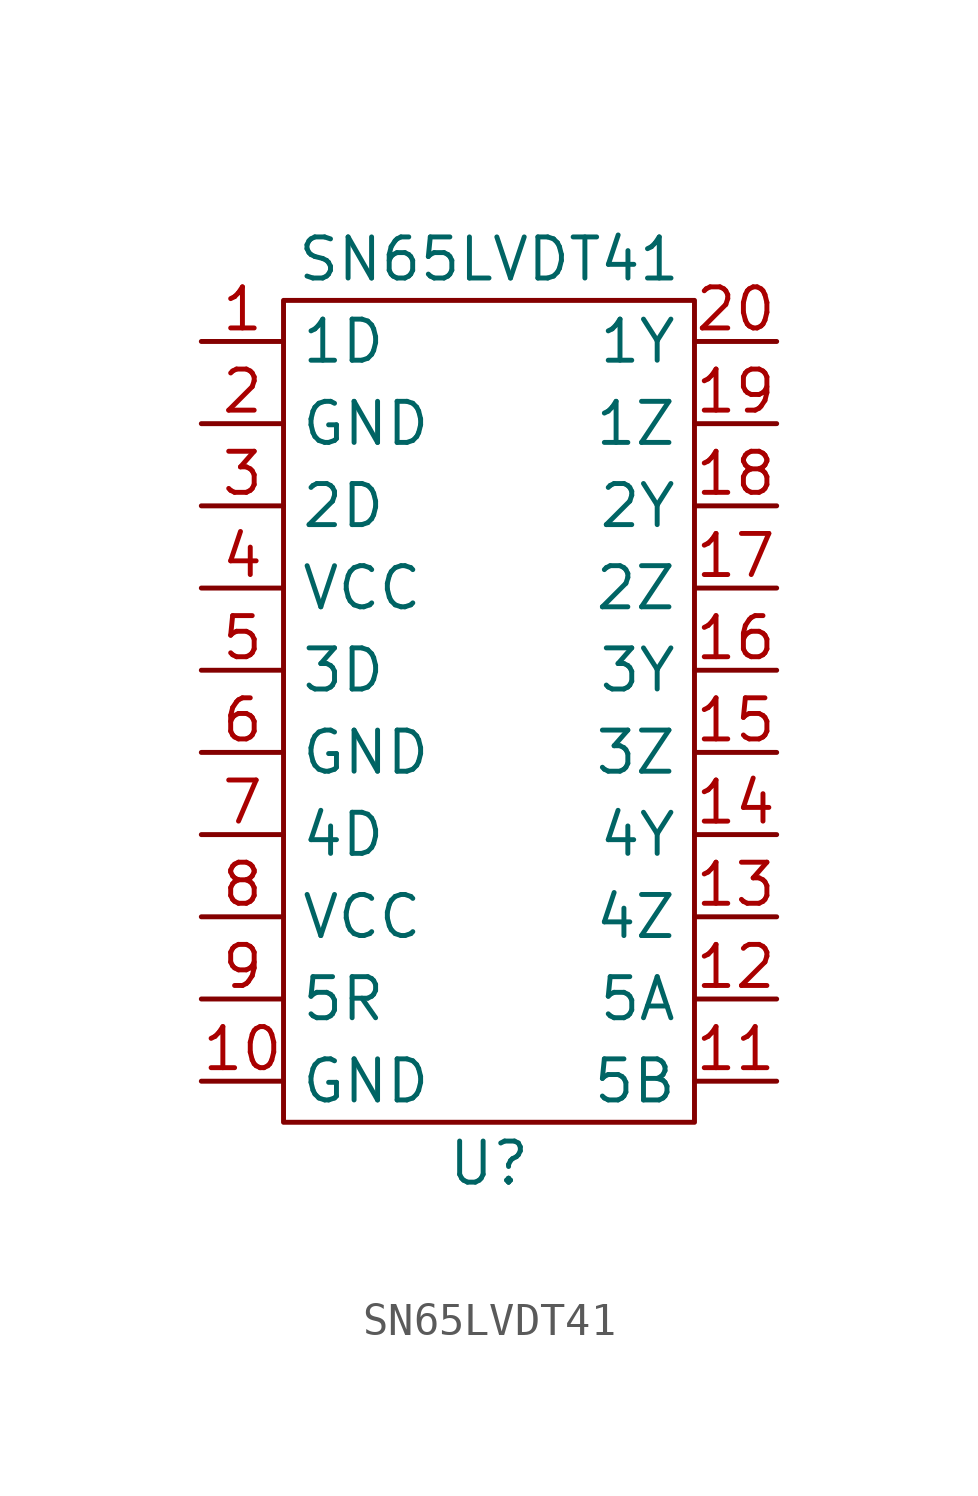
<source format=kicad_sym>
(kicad_symbol_lib
  (version 20220914)
  (generator kicad_symbol_editor)
  (symbol "SN65LVDT41"
    (property "Reference" "U"
      (at 0 -15.24 0)
      (effects (font (size 1.27 1.27))))
    (property "Value" "SN65LVDT41"
      (at 0 12.7 0)
      (effects (font (size 1.27 1.27))))
    (symbol "SN65LVDT41_0_1"
      (rectangle (start -6.35 11.43) (end 6.35 -13.97) (stroke (width 0) (type default)) (fill (type none))))
    (symbol "SN65LVDT41_1_1"
      (pin input line (at -8.89 10.16 0) (length 2.54) (name "1D" (effects (font (size 1.27 1.27)))) (number "1" (effects (font (size 1.27 1.27)))))
      (pin passive line (at -8.89 -12.7 0) (length 2.54) (name "GND" (effects (font (size 1.27 1.27)))) (number "10" (effects (font (size 1.27 1.27)))))
      (pin input line (at 8.89 -12.7 180) (length 2.54) (name "5B" (effects (font (size 1.27 1.27)))) (number "11" (effects (font (size 1.27 1.27)))))
      (pin input line (at 8.89 -10.16 180) (length 2.54) (name "5A" (effects (font (size 1.27 1.27)))) (number "12" (effects (font (size 1.27 1.27)))))
      (pin output line (at 8.89 -7.62 180) (length 2.54) (name "4Z" (effects (font (size 1.27 1.27)))) (number "13" (effects (font (size 1.27 1.27)))))
      (pin output line (at 8.89 -5.08 180) (length 2.54) (name "4Y" (effects (font (size 1.27 1.27)))) (number "14" (effects (font (size 1.27 1.27)))))
      (pin output line (at 8.89 -2.54 180) (length 2.54) (name "3Z" (effects (font (size 1.27 1.27)))) (number "15" (effects (font (size 1.27 1.27)))))
      (pin output line (at 8.89 0 180) (length 2.54) (name "3Y" (effects (font (size 1.27 1.27)))) (number "16" (effects (font (size 1.27 1.27)))))
      (pin output line (at 8.89 2.54 180) (length 2.54) (name "2Z" (effects (font (size 1.27 1.27)))) (number "17" (effects (font (size 1.27 1.27)))))
      (pin output line (at 8.89 5.08 180) (length 2.54) (name "2Y" (effects (font (size 1.27 1.27)))) (number "18" (effects (font (size 1.27 1.27)))))
      (pin output line (at 8.89 7.62 180) (length 2.54) (name "1Z" (effects (font (size 1.27 1.27)))) (number "19" (effects (font (size 1.27 1.27)))))
      (pin passive line (at -8.89 7.62 0) (length 2.54) (name "GND" (effects (font (size 1.27 1.27)))) (number "2" (effects (font (size 1.27 1.27)))))
      (pin output line (at 8.89 10.16 180) (length 2.54) (name "1Y" (effects (font (size 1.27 1.27)))) (number "20" (effects (font (size 1.27 1.27)))))
      (pin input line (at -8.89 5.08 0) (length 2.54) (name "2D" (effects (font (size 1.27 1.27)))) (number "3" (effects (font (size 1.27 1.27)))))
      (pin passive line (at -8.89 2.54 0) (length 2.54) (name "VCC" (effects (font (size 1.27 1.27)))) (number "4" (effects (font (size 1.27 1.27)))))
      (pin input line (at -8.89 0 0) (length 2.54) (name "3D" (effects (font (size 1.27 1.27)))) (number "5" (effects (font (size 1.27 1.27)))))
      (pin passive line (at -8.89 -2.54 0) (length 2.54) (name "GND" (effects (font (size 1.27 1.27)))) (number "6" (effects (font (size 1.27 1.27)))))
      (pin input line (at -8.89 -5.08 0) (length 2.54) (name "4D" (effects (font (size 1.27 1.27)))) (number "7" (effects (font (size 1.27 1.27)))))
      (pin passive line (at -8.89 -7.62 0) (length 2.54) (name "VCC" (effects (font (size 1.27 1.27)))) (number "8" (effects (font (size 1.27 1.27)))))
      (pin output line (at -8.89 -10.16 0) (length 2.54) (name "5R" (effects (font (size 1.27 1.27)))) (number "9" (effects (font (size 1.27 1.27))))))))
</source>
